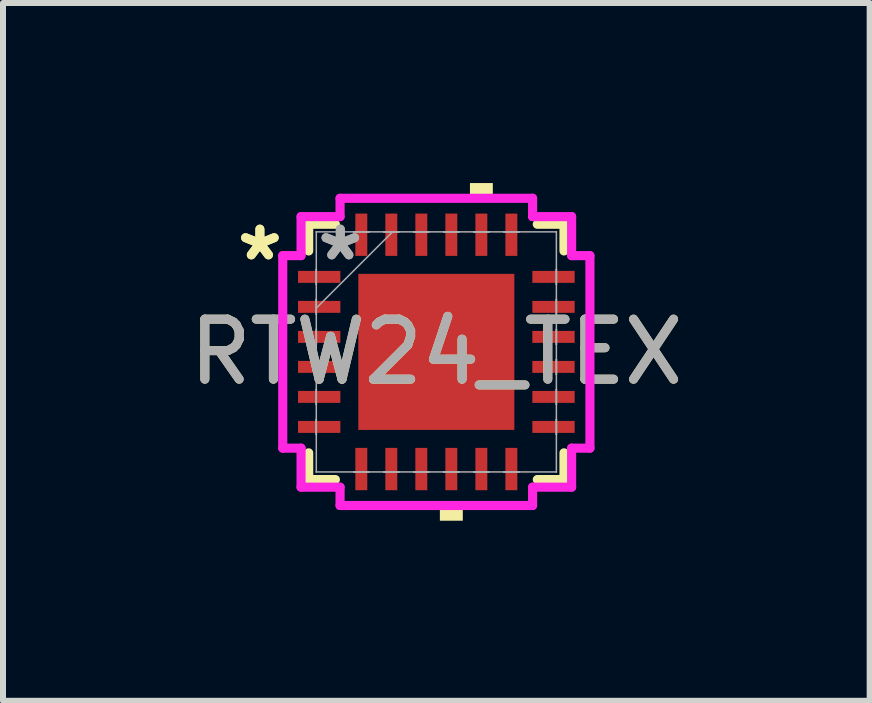
<source format=kicad_pcb>
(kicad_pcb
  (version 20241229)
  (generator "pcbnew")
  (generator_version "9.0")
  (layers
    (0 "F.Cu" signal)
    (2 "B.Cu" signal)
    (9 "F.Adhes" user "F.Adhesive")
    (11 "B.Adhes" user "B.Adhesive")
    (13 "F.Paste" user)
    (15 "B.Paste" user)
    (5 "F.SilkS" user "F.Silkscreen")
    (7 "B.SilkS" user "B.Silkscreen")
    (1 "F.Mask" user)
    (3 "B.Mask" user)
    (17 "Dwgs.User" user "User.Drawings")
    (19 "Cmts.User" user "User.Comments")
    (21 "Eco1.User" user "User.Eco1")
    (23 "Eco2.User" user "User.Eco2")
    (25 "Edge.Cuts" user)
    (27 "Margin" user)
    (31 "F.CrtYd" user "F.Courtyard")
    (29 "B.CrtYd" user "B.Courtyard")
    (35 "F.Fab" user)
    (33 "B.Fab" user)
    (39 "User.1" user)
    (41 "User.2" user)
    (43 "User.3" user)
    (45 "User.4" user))
  (footprint "RTW24_TEX"
    (layer "F.Cu")
    (at 4.22 2.813)
    (property "Reference" "RTW24_TEX" (at 0 0 0) (unlocked yes) (layer "F.SilkS") (effects (font (size 1 1) (thickness 0.15))))
    (attr smd)
    (fp_line (start -2.127 -2.127) (end -2.127 -1.682) (stroke (width 0.152) (type solid)) (layer "F.SilkS"))
    (fp_line (start -2.127 1.682) (end -2.127 2.127) (stroke (width 0.152) (type solid)) (layer "F.SilkS"))
    (fp_line (start -2.127 2.127) (end -1.682 2.127) (stroke (width 0.152) (type solid)) (layer "F.SilkS"))
    (fp_line (start -1.682 -2.127) (end -2.127 -2.127) (stroke (width 0.152) (type solid)) (layer "F.SilkS"))
    (fp_line (start 1.682 2.127) (end 2.127 2.127) (stroke (width 0.152) (type solid)) (layer "F.SilkS"))
    (fp_line (start 2.127 -2.127) (end 1.682 -2.127) (stroke (width 0.152) (type solid)) (layer "F.SilkS"))
    (fp_line (start 2.127 -1.682) (end 2.127 -2.127) (stroke (width 0.152) (type solid)) (layer "F.SilkS"))
    (fp_line (start 2.127 2.127) (end 2.127 1.682) (stroke (width 0.152) (type solid)) (layer "F.SilkS"))
    (fp_poly (pts (xy 0.059 2.559) (xy 0.059 2.813) (xy 0.441 2.813) (xy 0.441 2.559)) (stroke (width 0) (type solid)) (fill yes) (layer "F.SilkS"))
    (fp_poly (pts (xy 0.56 -2.559) (xy 0.56 -2.813) (xy 0.941 -2.813) (xy 0.941 -2.559)) (stroke (width 0) (type solid)) (fill yes) (layer "F.SilkS"))
    (fp_poly (pts (xy -1.2 -1.2) (xy -1.2 -0.1) (xy -0.1 -0.1) (xy -0.1 -1.2)) (stroke (width 0) (type solid)) (fill yes) (layer "F.Paste"))
    (fp_poly (pts (xy -1.2 0.1) (xy -1.2 1.2) (xy -0.1 1.2) (xy -0.1 0.1)) (stroke (width 0) (type solid)) (fill yes) (layer "F.Paste"))
    (fp_poly (pts (xy 0.1 -1.2) (xy 0.1 -0.1) (xy 1.2 -0.1) (xy 1.2 -1.2)) (stroke (width 0) (type solid)) (fill yes) (layer "F.Paste"))
    (fp_poly (pts (xy 0.1 0.1) (xy 0.1 1.2) (xy 1.2 1.2) (xy 1.2 0.1)) (stroke (width 0) (type solid)) (fill yes) (layer "F.Paste"))
    (fp_line (start -2.559 -1.604) (end -2.254 -1.604) (stroke (width 0.152) (type solid)) (layer "F.CrtYd"))
    (fp_line (start -2.559 1.604) (end -2.559 -1.604) (stroke (width 0.152) (type solid)) (layer "F.CrtYd"))
    (fp_line (start -2.254 -2.254) (end -1.604 -2.254) (stroke (width 0.152) (type solid)) (layer "F.CrtYd"))
    (fp_line (start -2.254 -1.604) (end -2.254 -2.254) (stroke (width 0.152) (type solid)) (layer "F.CrtYd"))
    (fp_line (start -2.254 1.604) (end -2.559 1.604) (stroke (width 0.152) (type solid)) (layer "F.CrtYd"))
    (fp_line (start -2.254 2.254) (end -2.254 1.604) (stroke (width 0.152) (type solid)) (layer "F.CrtYd"))
    (fp_line (start -1.604 -2.559) (end 1.604 -2.559) (stroke (width 0.152) (type solid)) (layer "F.CrtYd"))
    (fp_line (start -1.604 -2.254) (end -1.604 -2.559) (stroke (width 0.152) (type solid)) (layer "F.CrtYd"))
    (fp_line (start -1.604 2.254) (end -2.254 2.254) (stroke (width 0.152) (type solid)) (layer "F.CrtYd"))
    (fp_line (start -1.604 2.559) (end -1.604 2.254) (stroke (width 0.152) (type solid)) (layer "F.CrtYd"))
    (fp_line (start 1.604 -2.559) (end 1.604 -2.254) (stroke (width 0.152) (type solid)) (layer "F.CrtYd"))
    (fp_line (start 1.604 -2.254) (end 2.254 -2.254) (stroke (width 0.152) (type solid)) (layer "F.CrtYd"))
    (fp_line (start 1.604 2.254) (end 1.604 2.559) (stroke (width 0.152) (type solid)) (layer "F.CrtYd"))
    (fp_line (start 1.604 2.559) (end -1.604 2.559) (stroke (width 0.152) (type solid)) (layer "F.CrtYd"))
    (fp_line (start 2.254 -2.254) (end 2.254 -1.604) (stroke (width 0.152) (type solid)) (layer "F.CrtYd"))
    (fp_line (start 2.254 -1.604) (end 2.559 -1.604) (stroke (width 0.152) (type solid)) (layer "F.CrtYd"))
    (fp_line (start 2.254 1.604) (end 2.254 2.254) (stroke (width 0.152) (type solid)) (layer "F.CrtYd"))
    (fp_line (start 2.254 2.254) (end 1.604 2.254) (stroke (width 0.152) (type solid)) (layer "F.CrtYd"))
    (fp_line (start 2.559 -1.604) (end 2.559 1.604) (stroke (width 0.152) (type solid)) (layer "F.CrtYd"))
    (fp_line (start 2.559 1.604) (end 2.254 1.604) (stroke (width 0.152) (type solid)) (layer "F.CrtYd"))
    (fp_line (start -2 -2) (end -2 -2) (stroke (width 0.025) (type solid)) (layer "F.Fab"))
    (fp_line (start -2 -2) (end -2 2) (stroke (width 0.025) (type solid)) (layer "F.Fab"))
    (fp_line (start -2 -1.375) (end -2 -1.375) (stroke (width 0.025) (type solid)) (layer "F.Fab"))
    (fp_line (start -2 -1.375) (end -2 -1.125) (stroke (width 0.025) (type solid)) (layer "F.Fab"))
    (fp_line (start -2 -1.125) (end -2 -1.375) (stroke (width 0.025) (type solid)) (layer "F.Fab"))
    (fp_line (start -2 -1.125) (end -2 -1.125) (stroke (width 0.025) (type solid)) (layer "F.Fab"))
    (fp_line (start -2 -0.875) (end -2 -0.875) (stroke (width 0.025) (type solid)) (layer "F.Fab"))
    (fp_line (start -2 -0.875) (end -2 -0.625) (stroke (width 0.025) (type solid)) (layer "F.Fab"))
    (fp_line (start -2 -0.73) (end -0.73 -2) (stroke (width 0.025) (type solid)) (layer "F.Fab"))
    (fp_line (start -2 -0.625) (end -2 -0.875) (stroke (width 0.025) (type solid)) (layer "F.Fab"))
    (fp_line (start -2 -0.625) (end -2 -0.625) (stroke (width 0.025) (type solid)) (layer "F.Fab"))
    (fp_line (start -2 -0.375) (end -2 -0.375) (stroke (width 0.025) (type solid)) (layer "F.Fab"))
    (fp_line (start -2 -0.375) (end -2 -0.125) (stroke (width 0.025) (type solid)) (layer "F.Fab"))
    (fp_line (start -2 -0.125) (end -2 -0.375) (stroke (width 0.025) (type solid)) (layer "F.Fab"))
    (fp_line (start -2 -0.125) (end -2 -0.125) (stroke (width 0.025) (type solid)) (layer "F.Fab"))
    (fp_line (start -2 0.125) (end -2 0.125) (stroke (width 0.025) (type solid)) (layer "F.Fab"))
    (fp_line (start -2 0.125) (end -2 0.375) (stroke (width 0.025) (type solid)) (layer "F.Fab"))
    (fp_line (start -2 0.375) (end -2 0.125) (stroke (width 0.025) (type solid)) (layer "F.Fab"))
    (fp_line (start -2 0.375) (end -2 0.375) (stroke (width 0.025) (type solid)) (layer "F.Fab"))
    (fp_line (start -2 0.625) (end -2 0.625) (stroke (width 0.025) (type solid)) (layer "F.Fab"))
    (fp_line (start -2 0.625) (end -2 0.875) (stroke (width 0.025) (type solid)) (layer "F.Fab"))
    (fp_line (start -2 0.875) (end -2 0.625) (stroke (width 0.025) (type solid)) (layer "F.Fab"))
    (fp_line (start -2 0.875) (end -2 0.875) (stroke (width 0.025) (type solid)) (layer "F.Fab"))
    (fp_line (start -2 1.125) (end -2 1.125) (stroke (width 0.025) (type solid)) (layer "F.Fab"))
    (fp_line (start -2 1.125) (end -2 1.375) (stroke (width 0.025) (type solid)) (layer "F.Fab"))
    (fp_line (start -2 1.375) (end -2 1.125) (stroke (width 0.025) (type solid)) (layer "F.Fab"))
    (fp_line (start -2 1.375) (end -2 1.375) (stroke (width 0.025) (type solid)) (layer "F.Fab"))
    (fp_line (start -2 2) (end -2 2) (stroke (width 0.025) (type solid)) (layer "F.Fab"))
    (fp_line (start -2 2) (end 2 2) (stroke (width 0.025) (type solid)) (layer "F.Fab"))
    (fp_line (start -1.375 -2) (end -1.375 -2) (stroke (width 0.025) (type solid)) (layer "F.Fab"))
    (fp_line (start -1.375 -2) (end -1.125 -2) (stroke (width 0.025) (type solid)) (layer "F.Fab"))
    (fp_line (start -1.375 2) (end -1.375 2) (stroke (width 0.025) (type solid)) (layer "F.Fab"))
    (fp_line (start -1.375 2) (end -1.125 2) (stroke (width 0.025) (type solid)) (layer "F.Fab"))
    (fp_line (start -1.125 -2) (end -1.375 -2) (stroke (width 0.025) (type solid)) (layer "F.Fab"))
    (fp_line (start -1.125 -2) (end -1.125 -2) (stroke (width 0.025) (type solid)) (layer "F.Fab"))
    (fp_line (start -1.125 2) (end -1.375 2) (stroke (width 0.025) (type solid)) (layer "F.Fab"))
    (fp_line (start -1.125 2) (end -1.125 2) (stroke (width 0.025) (type solid)) (layer "F.Fab"))
    (fp_line (start -0.875 -2) (end -0.875 -2) (stroke (width 0.025) (type solid)) (layer "F.Fab"))
    (fp_line (start -0.875 -2) (end -0.625 -2) (stroke (width 0.025) (type solid)) (layer "F.Fab"))
    (fp_line (start -0.875 2) (end -0.875 2) (stroke (width 0.025) (type solid)) (layer "F.Fab"))
    (fp_line (start -0.875 2) (end -0.625 2) (stroke (width 0.025) (type solid)) (layer "F.Fab"))
    (fp_line (start -0.625 -2) (end -0.875 -2) (stroke (width 0.025) (type solid)) (layer "F.Fab"))
    (fp_line (start -0.625 -2) (end -0.625 -2) (stroke (width 0.025) (type solid)) (layer "F.Fab"))
    (fp_line (start -0.625 2) (end -0.875 2) (stroke (width 0.025) (type solid)) (layer "F.Fab"))
    (fp_line (start -0.625 2) (end -0.625 2) (stroke (width 0.025) (type solid)) (layer "F.Fab"))
    (fp_line (start -0.375 -2) (end -0.375 -2) (stroke (width 0.025) (type solid)) (layer "F.Fab"))
    (fp_line (start -0.375 -2) (end -0.125 -2) (stroke (width 0.025) (type solid)) (layer "F.Fab"))
    (fp_line (start -0.375 2) (end -0.375 2) (stroke (width 0.025) (type solid)) (layer "F.Fab"))
    (fp_line (start -0.375 2) (end -0.125 2) (stroke (width 0.025) (type solid)) (layer "F.Fab"))
    (fp_line (start -0.125 -2) (end -0.375 -2) (stroke (width 0.025) (type solid)) (layer "F.Fab"))
    (fp_line (start -0.125 -2) (end -0.125 -2) (stroke (width 0.025) (type solid)) (layer "F.Fab"))
    (fp_line (start -0.125 2) (end -0.375 2) (stroke (width 0.025) (type solid)) (layer "F.Fab"))
    (fp_line (start -0.125 2) (end -0.125 2) (stroke (width 0.025) (type solid)) (layer "F.Fab"))
    (fp_line (start 0.125 -2) (end 0.125 -2) (stroke (width 0.025) (type solid)) (layer "F.Fab"))
    (fp_line (start 0.125 -2) (end 0.375 -2) (stroke (width 0.025) (type solid)) (layer "F.Fab"))
    (fp_line (start 0.125 2) (end 0.125 2) (stroke (width 0.025) (type solid)) (layer "F.Fab"))
    (fp_line (start 0.125 2) (end 0.375 2) (stroke (width 0.025) (type solid)) (layer "F.Fab"))
    (fp_line (start 0.375 -2) (end 0.125 -2) (stroke (width 0.025) (type solid)) (layer "F.Fab"))
    (fp_line (start 0.375 -2) (end 0.375 -2) (stroke (width 0.025) (type solid)) (layer "F.Fab"))
    (fp_line (start 0.375 2) (end 0.125 2) (stroke (width 0.025) (type solid)) (layer "F.Fab"))
    (fp_line (start 0.375 2) (end 0.375 2) (stroke (width 0.025) (type solid)) (layer "F.Fab"))
    (fp_line (start 0.625 -2) (end 0.625 -2) (stroke (width 0.025) (type solid)) (layer "F.Fab"))
    (fp_line (start 0.625 -2) (end 0.875 -2) (stroke (width 0.025) (type solid)) (layer "F.Fab"))
    (fp_line (start 0.625 2) (end 0.625 2) (stroke (width 0.025) (type solid)) (layer "F.Fab"))
    (fp_line (start 0.625 2) (end 0.875 2) (stroke (width 0.025) (type solid)) (layer "F.Fab"))
    (fp_line (start 0.875 -2) (end 0.625 -2) (stroke (width 0.025) (type solid)) (layer "F.Fab"))
    (fp_line (start 0.875 -2) (end 0.875 -2) (stroke (width 0.025) (type solid)) (layer "F.Fab"))
    (fp_line (start 0.875 2) (end 0.625 2) (stroke (width 0.025) (type solid)) (layer "F.Fab"))
    (fp_line (start 0.875 2) (end 0.875 2) (stroke (width 0.025) (type solid)) (layer "F.Fab"))
    (fp_line (start 1.125 -2) (end 1.125 -2) (stroke (width 0.025) (type solid)) (layer "F.Fab"))
    (fp_line (start 1.125 -2) (end 1.375 -2) (stroke (width 0.025) (type solid)) (layer "F.Fab"))
    (fp_line (start 1.125 2) (end 1.125 2) (stroke (width 0.025) (type solid)) (layer "F.Fab"))
    (fp_line (start 1.125 2) (end 1.375 2) (stroke (width 0.025) (type solid)) (layer "F.Fab"))
    (fp_line (start 1.375 -2) (end 1.125 -2) (stroke (width 0.025) (type solid)) (layer "F.Fab"))
    (fp_line (start 1.375 -2) (end 1.375 -2) (stroke (width 0.025) (type solid)) (layer "F.Fab"))
    (fp_line (start 1.375 2) (end 1.125 2) (stroke (width 0.025) (type solid)) (layer "F.Fab"))
    (fp_line (start 1.375 2) (end 1.375 2) (stroke (width 0.025) (type solid)) (layer "F.Fab"))
    (fp_line (start 2 -2) (end -2 -2) (stroke (width 0.025) (type solid)) (layer "F.Fab"))
    (fp_line (start 2 -2) (end 2 -2) (stroke (width 0.025) (type solid)) (layer "F.Fab"))
    (fp_line (start 2 -1.375) (end 2 -1.375) (stroke (width 0.025) (type solid)) (layer "F.Fab"))
    (fp_line (start 2 -1.375) (end 2 -1.125) (stroke (width 0.025) (type solid)) (layer "F.Fab"))
    (fp_line (start 2 -1.125) (end 2 -1.375) (stroke (width 0.025) (type solid)) (layer "F.Fab"))
    (fp_line (start 2 -1.125) (end 2 -1.125) (stroke (width 0.025) (type solid)) (layer "F.Fab"))
    (fp_line (start 2 -0.875) (end 2 -0.875) (stroke (width 0.025) (type solid)) (layer "F.Fab"))
    (fp_line (start 2 -0.875) (end 2 -0.625) (stroke (width 0.025) (type solid)) (layer "F.Fab"))
    (fp_line (start 2 -0.625) (end 2 -0.875) (stroke (width 0.025) (type solid)) (layer "F.Fab"))
    (fp_line (start 2 -0.625) (end 2 -0.625) (stroke (width 0.025) (type solid)) (layer "F.Fab"))
    (fp_line (start 2 -0.375) (end 2 -0.375) (stroke (width 0.025) (type solid)) (layer "F.Fab"))
    (fp_line (start 2 -0.375) (end 2 -0.125) (stroke (width 0.025) (type solid)) (layer "F.Fab"))
    (fp_line (start 2 -0.125) (end 2 -0.375) (stroke (width 0.025) (type solid)) (layer "F.Fab"))
    (fp_line (start 2 -0.125) (end 2 -0.125) (stroke (width 0.025) (type solid)) (layer "F.Fab"))
    (fp_line (start 2 0.125) (end 2 0.125) (stroke (width 0.025) (type solid)) (layer "F.Fab"))
    (fp_line (start 2 0.125) (end 2 0.375) (stroke (width 0.025) (type solid)) (layer "F.Fab"))
    (fp_line (start 2 0.375) (end 2 0.125) (stroke (width 0.025) (type solid)) (layer "F.Fab"))
    (fp_line (start 2 0.375) (end 2 0.375) (stroke (width 0.025) (type solid)) (layer "F.Fab"))
    (fp_line (start 2 0.625) (end 2 0.625) (stroke (width 0.025) (type solid)) (layer "F.Fab"))
    (fp_line (start 2 0.625) (end 2 0.875) (stroke (width 0.025) (type solid)) (layer "F.Fab"))
    (fp_line (start 2 0.875) (end 2 0.625) (stroke (width 0.025) (type solid)) (layer "F.Fab"))
    (fp_line (start 2 0.875) (end 2 0.875) (stroke (width 0.025) (type solid)) (layer "F.Fab"))
    (fp_line (start 2 1.125) (end 2 1.125) (stroke (width 0.025) (type solid)) (layer "F.Fab"))
    (fp_line (start 2 1.125) (end 2 1.375) (stroke (width 0.025) (type solid)) (layer "F.Fab"))
    (fp_line (start 2 1.375) (end 2 1.125) (stroke (width 0.025) (type solid)) (layer "F.Fab"))
    (fp_line (start 2 1.375) (end 2 1.375) (stroke (width 0.025) (type solid)) (layer "F.Fab"))
    (fp_line (start 2 2) (end 2 -2) (stroke (width 0.025) (type solid)) (layer "F.Fab"))
    (fp_line (start 2 2) (end 2 2) (stroke (width 0.025) (type solid)) (layer "F.Fab"))
    (fp_text user "*" (at -2.94 -1.5 0) (layer "F.SilkS") (effects (font (size 1 1) (thickness 0.15))))
    (fp_text user "*" (at -2.94 -1.5 0) (unlocked yes) (layer "F.SilkS") (effects (font (size 1 1) (thickness 0.15))))
    (fp_text user "*" (at -1.6 -1.5 0) (layer "F.Fab") (effects (font (size 1 1) (thickness 0.15))))
    (fp_text user "${REFERENCE}" (at 0 0 0) (unlocked yes) (layer "F.Fab") (effects (font (size 1 1) (thickness 0.15))))
    (fp_text user "*" (at -1.6 -1.5 0) (unlocked yes) (layer "F.Fab") (effects (font (size 1 1) (thickness 0.15))))
    (pad "1" smd rect (at -1.952 -1.25 90) (size 0.199 0.705) (layers "F.Cu" "F.Mask" "F.Paste"))
    (pad "2" smd rect (at -1.952 -0.75 90) (size 0.199 0.705) (layers "F.Cu" "F.Mask" "F.Paste"))
    (pad "3" smd rect (at -1.952 -0.25 90) (size 0.199 0.705) (layers "F.Cu" "F.Mask" "F.Paste"))
    (pad "4" smd rect (at -1.952 0.25 90) (size 0.199 0.705) (layers "F.Cu" "F.Mask" "F.Paste"))
    (pad "5" smd rect (at -1.952 0.75 90) (size 0.199 0.705) (layers "F.Cu" "F.Mask" "F.Paste"))
    (pad "6" smd rect (at -1.952 1.25 90) (size 0.199 0.705) (layers "F.Cu" "F.Mask" "F.Paste"))
    (pad "7" smd rect (at -1.25 1.952) (size 0.199 0.705) (layers "F.Cu" "F.Mask" "F.Paste"))
    (pad "8" smd rect (at -0.75 1.952) (size 0.199 0.705) (layers "F.Cu" "F.Mask" "F.Paste"))
    (pad "9" smd rect (at -0.25 1.952) (size 0.199 0.705) (layers "F.Cu" "F.Mask" "F.Paste"))
    (pad "10" smd rect (at 0.25 1.952) (size 0.199 0.705) (layers "F.Cu" "F.Mask" "F.Paste"))
    (pad "11" smd rect (at 0.75 1.952) (size 0.199 0.705) (layers "F.Cu" "F.Mask" "F.Paste"))
    (pad "12" smd rect (at 1.25 1.952) (size 0.199 0.705) (layers "F.Cu" "F.Mask" "F.Paste"))
    (pad "13" smd rect (at 1.952 1.25 90) (size 0.199 0.705) (layers "F.Cu" "F.Mask" "F.Paste"))
    (pad "14" smd rect (at 1.952 0.75 90) (size 0.199 0.705) (layers "F.Cu" "F.Mask" "F.Paste"))
    (pad "15" smd rect (at 1.952 0.25 90) (size 0.199 0.705) (layers "F.Cu" "F.Mask" "F.Paste"))
    (pad "16" smd rect (at 1.952 -0.25 90) (size 0.199 0.705) (layers "F.Cu" "F.Mask" "F.Paste"))
    (pad "17" smd rect (at 1.952 -0.75 90) (size 0.199 0.705) (layers "F.Cu" "F.Mask" "F.Paste"))
    (pad "18" smd rect (at 1.952 -1.25 90) (size 0.199 0.705) (layers "F.Cu" "F.Mask" "F.Paste"))
    (pad "19" smd rect (at 1.25 -1.952) (size 0.199 0.705) (layers "F.Cu" "F.Mask" "F.Paste"))
    (pad "20" smd rect (at 0.75 -1.952) (size 0.199 0.705) (layers "F.Cu" "F.Mask" "F.Paste"))
    (pad "21" smd rect (at 0.25 -1.952) (size 0.199 0.705) (layers "F.Cu" "F.Mask" "F.Paste"))
    (pad "22" smd rect (at -0.25 -1.952) (size 0.199 0.705) (layers "F.Cu" "F.Mask" "F.Paste"))
    (pad "23" smd rect (at -0.75 -1.952) (size 0.199 0.705) (layers "F.Cu" "F.Mask" "F.Paste"))
    (pad "24" smd rect (at -1.25 -1.952) (size 0.199 0.705) (layers "F.Cu" "F.Mask" "F.Paste"))
    (pad "25" smd rect (at 0 0) (size 2.6 2.6) (layers "F.Cu" "F.Mask" "F.Paste")))
  (gr_rect
    (start -3 -3)
    (end 11.44 8.626)
    (stroke (width 0.1) (type default))
    (fill no)
    (layer "Edge.Cuts")))
</source>
